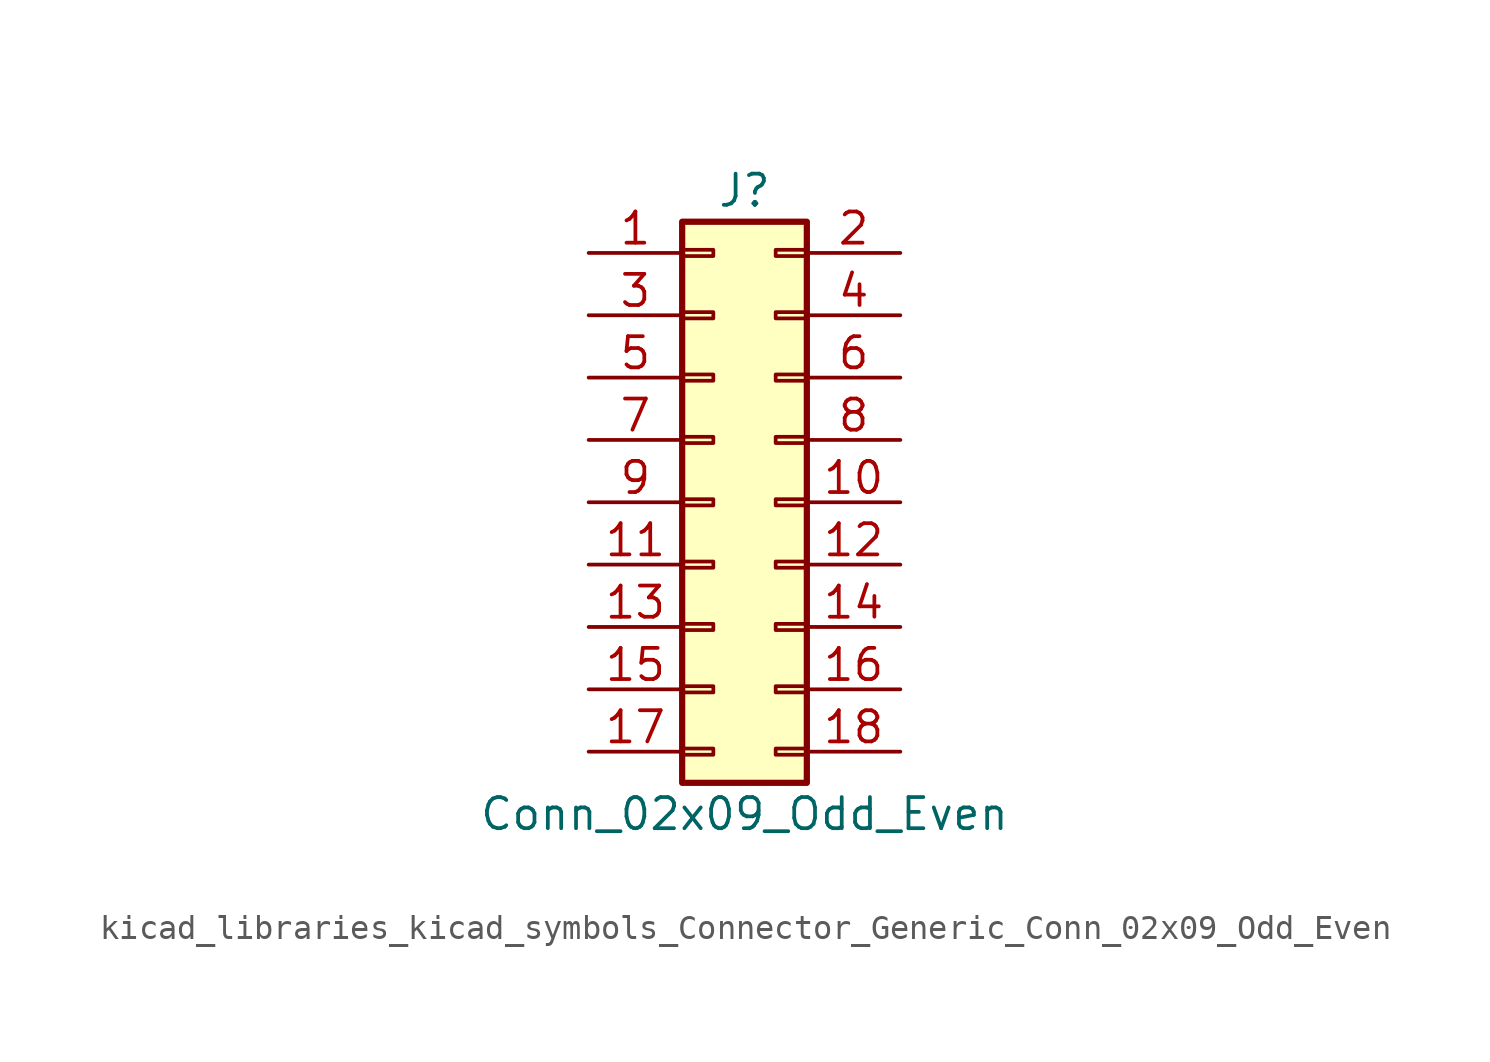
<source format=kicad_sym>
(kicad_symbol_lib
  (version 20220914)
  (generator kicad_symbol_editor)
  (symbol "kicad_libraries_kicad_symbols_Connector_Generic_Conn_02x09_Odd_Even"
    (pin_names
      (offset 1.016) hide)
    (property "Reference" "J"
      (at 1.27 12.7 0)
      (effects (font (size 1.27 1.27))))
    (property "Value" "Conn_02x09_Odd_Even"
      (at 1.27 -12.7 0)
      (effects (font (size 1.27 1.27))))
    (symbol "kicad_libraries_kicad_symbols_Connector_Generic_Conn_02x09_Odd_Even_1_1"
      (rectangle (start -1.27 -10.033) (end 0 -10.287) (stroke (width 0.152) (type default)) (fill (type none)))
      (rectangle (start -1.27 -7.493) (end 0 -7.747) (stroke (width 0.152) (type default)) (fill (type none)))
      (rectangle (start -1.27 -4.953) (end 0 -5.207) (stroke (width 0.152) (type default)) (fill (type none)))
      (rectangle (start -1.27 -2.413) (end 0 -2.667) (stroke (width 0.152) (type default)) (fill (type none)))
      (rectangle (start -1.27 0.127) (end 0 -0.127) (stroke (width 0.152) (type default)) (fill (type none)))
      (rectangle (start -1.27 2.667) (end 0 2.413) (stroke (width 0.152) (type default)) (fill (type none)))
      (rectangle (start -1.27 5.207) (end 0 4.953) (stroke (width 0.152) (type default)) (fill (type none)))
      (rectangle (start -1.27 7.747) (end 0 7.493) (stroke (width 0.152) (type default)) (fill (type none)))
      (rectangle (start -1.27 10.287) (end 0 10.033) (stroke (width 0.152) (type default)) (fill (type none)))
      (rectangle (start -1.27 11.43) (end 3.81 -11.43) (stroke (width 0.254) (type default)) (fill (type background)))
      (rectangle (start 3.81 -10.033) (end 2.54 -10.287) (stroke (width 0.152) (type default)) (fill (type none)))
      (rectangle (start 3.81 -7.493) (end 2.54 -7.747) (stroke (width 0.152) (type default)) (fill (type none)))
      (rectangle (start 3.81 -4.953) (end 2.54 -5.207) (stroke (width 0.152) (type default)) (fill (type none)))
      (rectangle (start 3.81 -2.413) (end 2.54 -2.667) (stroke (width 0.152) (type default)) (fill (type none)))
      (rectangle (start 3.81 0.127) (end 2.54 -0.127) (stroke (width 0.152) (type default)) (fill (type none)))
      (rectangle (start 3.81 2.667) (end 2.54 2.413) (stroke (width 0.152) (type default)) (fill (type none)))
      (rectangle (start 3.81 5.207) (end 2.54 4.953) (stroke (width 0.152) (type default)) (fill (type none)))
      (rectangle (start 3.81 7.747) (end 2.54 7.493) (stroke (width 0.152) (type default)) (fill (type none)))
      (rectangle (start 3.81 10.287) (end 2.54 10.033) (stroke (width 0.152) (type default)) (fill (type none)))
      (pin passive line (at -5.08 10.16 0) (length 3.81) (name "Pin_1" (effects (font (size 1.27 1.27)))) (number "1" (effects (font (size 1.27 1.27)))))
      (pin passive line (at 7.62 0 180) (length 3.81) (name "Pin_10" (effects (font (size 1.27 1.27)))) (number "10" (effects (font (size 1.27 1.27)))))
      (pin passive line (at -5.08 -2.54 0) (length 3.81) (name "Pin_11" (effects (font (size 1.27 1.27)))) (number "11" (effects (font (size 1.27 1.27)))))
      (pin passive line (at 7.62 -2.54 180) (length 3.81) (name "Pin_12" (effects (font (size 1.27 1.27)))) (number "12" (effects (font (size 1.27 1.27)))))
      (pin passive line (at -5.08 -5.08 0) (length 3.81) (name "Pin_13" (effects (font (size 1.27 1.27)))) (number "13" (effects (font (size 1.27 1.27)))))
      (pin passive line (at 7.62 -5.08 180) (length 3.81) (name "Pin_14" (effects (font (size 1.27 1.27)))) (number "14" (effects (font (size 1.27 1.27)))))
      (pin passive line (at -5.08 -7.62 0) (length 3.81) (name "Pin_15" (effects (font (size 1.27 1.27)))) (number "15" (effects (font (size 1.27 1.27)))))
      (pin passive line (at 7.62 -7.62 180) (length 3.81) (name "Pin_16" (effects (font (size 1.27 1.27)))) (number "16" (effects (font (size 1.27 1.27)))))
      (pin passive line (at -5.08 -10.16 0) (length 3.81) (name "Pin_17" (effects (font (size 1.27 1.27)))) (number "17" (effects (font (size 1.27 1.27)))))
      (pin passive line (at 7.62 -10.16 180) (length 3.81) (name "Pin_18" (effects (font (size 1.27 1.27)))) (number "18" (effects (font (size 1.27 1.27)))))
      (pin passive line (at 7.62 10.16 180) (length 3.81) (name "Pin_2" (effects (font (size 1.27 1.27)))) (number "2" (effects (font (size 1.27 1.27)))))
      (pin passive line (at -5.08 7.62 0) (length 3.81) (name "Pin_3" (effects (font (size 1.27 1.27)))) (number "3" (effects (font (size 1.27 1.27)))))
      (pin passive line (at 7.62 7.62 180) (length 3.81) (name "Pin_4" (effects (font (size 1.27 1.27)))) (number "4" (effects (font (size 1.27 1.27)))))
      (pin passive line (at -5.08 5.08 0) (length 3.81) (name "Pin_5" (effects (font (size 1.27 1.27)))) (number "5" (effects (font (size 1.27 1.27)))))
      (pin passive line (at 7.62 5.08 180) (length 3.81) (name "Pin_6" (effects (font (size 1.27 1.27)))) (number "6" (effects (font (size 1.27 1.27)))))
      (pin passive line (at -5.08 2.54 0) (length 3.81) (name "Pin_7" (effects (font (size 1.27 1.27)))) (number "7" (effects (font (size 1.27 1.27)))))
      (pin passive line (at 7.62 2.54 180) (length 3.81) (name "Pin_8" (effects (font (size 1.27 1.27)))) (number "8" (effects (font (size 1.27 1.27)))))
      (pin passive line (at -5.08 0 0) (length 3.81) (name "Pin_9" (effects (font (size 1.27 1.27)))) (number "9" (effects (font (size 1.27 1.27))))))))
</source>
